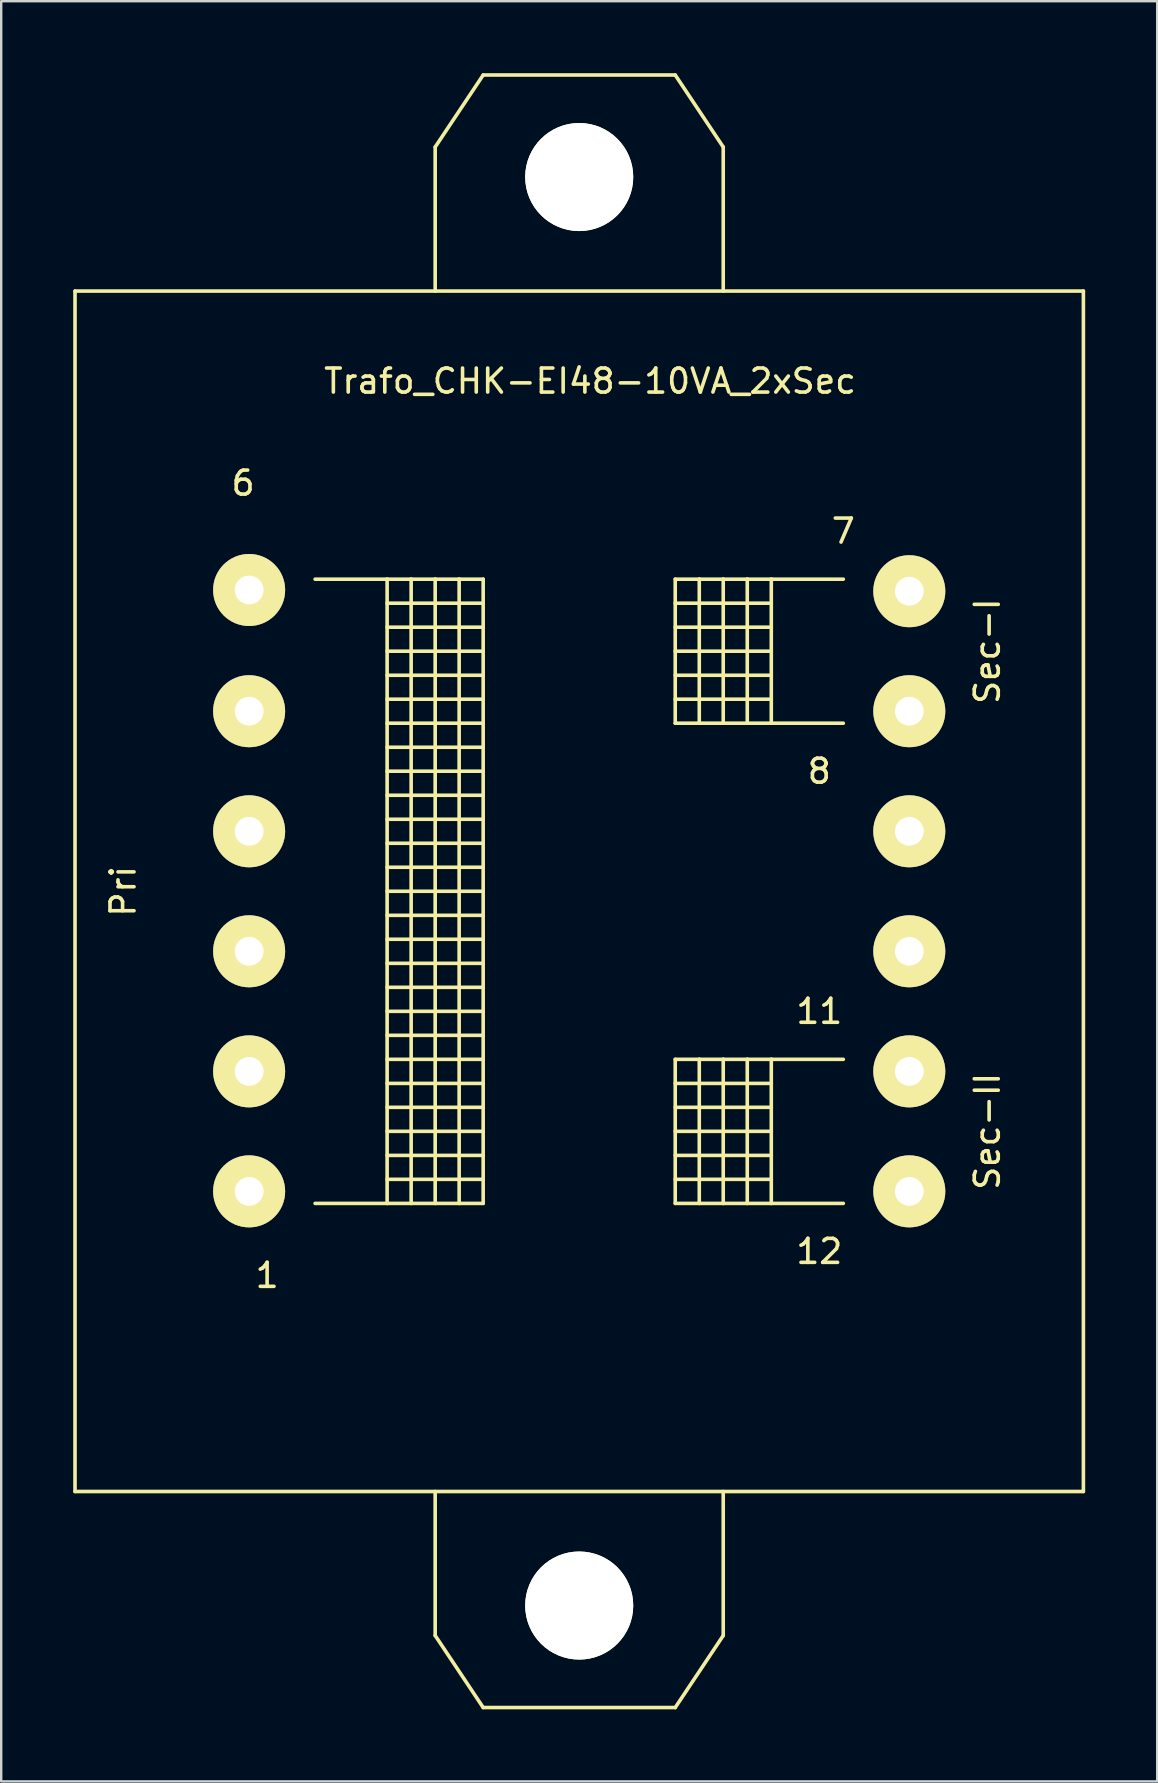
<source format=kicad_pcb>
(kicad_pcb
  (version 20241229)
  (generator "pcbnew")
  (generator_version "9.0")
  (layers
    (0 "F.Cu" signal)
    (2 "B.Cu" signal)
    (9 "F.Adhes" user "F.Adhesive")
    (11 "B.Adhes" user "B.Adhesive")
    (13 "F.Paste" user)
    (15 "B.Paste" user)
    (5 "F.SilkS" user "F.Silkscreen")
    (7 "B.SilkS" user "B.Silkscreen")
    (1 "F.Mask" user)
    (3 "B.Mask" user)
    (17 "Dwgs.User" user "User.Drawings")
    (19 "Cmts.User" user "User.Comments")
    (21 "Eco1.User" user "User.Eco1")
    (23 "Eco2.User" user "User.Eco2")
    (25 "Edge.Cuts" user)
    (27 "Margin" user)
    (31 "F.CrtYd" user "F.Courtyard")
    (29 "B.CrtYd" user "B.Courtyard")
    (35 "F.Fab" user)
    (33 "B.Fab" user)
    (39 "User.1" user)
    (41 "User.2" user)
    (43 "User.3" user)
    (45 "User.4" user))
  (footprint "Trafo_CHK-EI48-10VA_2xSec"
    (layer "F.Cu")
    (at 21.076 34.075)
    (property "Reference" "Trafo_CHK-EI48-10VA_2xSec" (at 0.45 -21.25 0) (layer "F.SilkS") (effects (font (size 1 1) (thickness 0.15))))
    (attr through_hole)
    (fp_line (start -21.001 -25.001) (end -21.001 25.001) (stroke (width 0.15) (type solid)) (layer "F.SilkS"))
    (fp_line (start -21.001 25.001) (end 21.001 25.001) (stroke (width 0.15) (type solid)) (layer "F.SilkS"))
    (fp_line (start -11.001 -13) (end -8.001 -13) (stroke (width 0.15) (type solid)) (layer "F.SilkS"))
    (fp_line (start -8.001 -13) (end -8.001 13) (stroke (width 0.15) (type solid)) (layer "F.SilkS"))
    (fp_line (start -8.001 -13) (end -7 -13) (stroke (width 0.15) (type solid)) (layer "F.SilkS"))
    (fp_line (start -8.001 -11.999) (end -4 -11.999) (stroke (width 0.15) (type solid)) (layer "F.SilkS"))
    (fp_line (start -8.001 -11.001) (end -4 -11.001) (stroke (width 0.15) (type solid)) (layer "F.SilkS"))
    (fp_line (start -8.001 -10) (end -4 -10) (stroke (width 0.15) (type solid)) (layer "F.SilkS"))
    (fp_line (start -8.001 -8.999) (end -4 -8.999) (stroke (width 0.15) (type solid)) (layer "F.SilkS"))
    (fp_line (start -8.001 -8.001) (end -4 -8.001) (stroke (width 0.15) (type solid)) (layer "F.SilkS"))
    (fp_line (start -8.001 -7) (end -4 -7) (stroke (width 0.15) (type solid)) (layer "F.SilkS"))
    (fp_line (start -8.001 -5.999) (end -4 -5.999) (stroke (width 0.15) (type solid)) (layer "F.SilkS"))
    (fp_line (start -8.001 -5.001) (end -4 -5.001) (stroke (width 0.15) (type solid)) (layer "F.SilkS"))
    (fp_line (start -8.001 -4) (end -4 -4) (stroke (width 0.15) (type solid)) (layer "F.SilkS"))
    (fp_line (start -8.001 -3) (end -4 -3) (stroke (width 0.15) (type solid)) (layer "F.SilkS"))
    (fp_line (start -8.001 -1.999) (end -4 -1.999) (stroke (width 0.15) (type solid)) (layer "F.SilkS"))
    (fp_line (start -8.001 -1.001) (end -4 -1.001) (stroke (width 0.15) (type solid)) (layer "F.SilkS"))
    (fp_line (start -8.001 0) (end -4 0) (stroke (width 0.15) (type solid)) (layer "F.SilkS"))
    (fp_line (start -8.001 1.001) (end -4 1.001) (stroke (width 0.15) (type solid)) (layer "F.SilkS"))
    (fp_line (start -8.001 1.999) (end -4 1.999) (stroke (width 0.15) (type solid)) (layer "F.SilkS"))
    (fp_line (start -8.001 3) (end -4 3) (stroke (width 0.15) (type solid)) (layer "F.SilkS"))
    (fp_line (start -8.001 4) (end -4 4) (stroke (width 0.15) (type solid)) (layer "F.SilkS"))
    (fp_line (start -8.001 5.001) (end -4 5.001) (stroke (width 0.15) (type solid)) (layer "F.SilkS"))
    (fp_line (start -8.001 5.999) (end -4 5.999) (stroke (width 0.15) (type solid)) (layer "F.SilkS"))
    (fp_line (start -8.001 7) (end -4 7) (stroke (width 0.15) (type solid)) (layer "F.SilkS"))
    (fp_line (start -8.001 8.001) (end -4 8.001) (stroke (width 0.15) (type solid)) (layer "F.SilkS"))
    (fp_line (start -8.001 8.999) (end -4 8.999) (stroke (width 0.15) (type solid)) (layer "F.SilkS"))
    (fp_line (start -8.001 10) (end -4 10) (stroke (width 0.15) (type solid)) (layer "F.SilkS"))
    (fp_line (start -8.001 11.999) (end -4 11.999) (stroke (width 0.15) (type solid)) (layer "F.SilkS"))
    (fp_line (start -8.001 13) (end -11.001 13) (stroke (width 0.15) (type solid)) (layer "F.SilkS"))
    (fp_line (start -7 -13) (end -7 13) (stroke (width 0.15) (type solid)) (layer "F.SilkS"))
    (fp_line (start -7 -13) (end -5.999 -13) (stroke (width 0.15) (type solid)) (layer "F.SilkS"))
    (fp_line (start -7 11.001) (end -8.001 11.001) (stroke (width 0.15) (type solid)) (layer "F.SilkS"))
    (fp_line (start -7 11.001) (end -4 11.001) (stroke (width 0.15) (type solid)) (layer "F.SilkS"))
    (fp_line (start -7 13) (end -8.001 13) (stroke (width 0.15) (type solid)) (layer "F.SilkS"))
    (fp_line (start -5.999 -31.001) (end -5.999 -25.001) (stroke (width 0.15) (type solid)) (layer "F.SilkS"))
    (fp_line (start -5.999 -13) (end -5.999 13) (stroke (width 0.15) (type solid)) (layer "F.SilkS"))
    (fp_line (start -5.999 -13) (end -5.001 -13) (stroke (width 0.15) (type solid)) (layer "F.SilkS"))
    (fp_line (start -5.999 13) (end -7 13) (stroke (width 0.15) (type solid)) (layer "F.SilkS"))
    (fp_line (start -5.999 31.001) (end -5.999 25.001) (stroke (width 0.15) (type solid)) (layer "F.SilkS"))
    (fp_line (start -5.001 -13) (end -5.001 13) (stroke (width 0.15) (type solid)) (layer "F.SilkS"))
    (fp_line (start -5.001 -13) (end -4 -13) (stroke (width 0.15) (type solid)) (layer "F.SilkS"))
    (fp_line (start -5.001 13) (end -5.999 13) (stroke (width 0.15) (type solid)) (layer "F.SilkS"))
    (fp_line (start -4 -34) (end -5.999 -31.001) (stroke (width 0.15) (type solid)) (layer "F.SilkS"))
    (fp_line (start -4 -13) (end -4 13) (stroke (width 0.15) (type solid)) (layer "F.SilkS"))
    (fp_line (start -4 13) (end -5.001 13) (stroke (width 0.15) (type solid)) (layer "F.SilkS"))
    (fp_line (start -4 34) (end -5.999 31.001) (stroke (width 0.15) (type solid)) (layer "F.SilkS"))
    (fp_line (start 4 -34) (end -4 -34) (stroke (width 0.15) (type solid)) (layer "F.SilkS"))
    (fp_line (start 4 -13) (end 4 -7) (stroke (width 0.15) (type solid)) (layer "F.SilkS"))
    (fp_line (start 4 -11.999) (end 8.001 -11.999) (stroke (width 0.15) (type solid)) (layer "F.SilkS"))
    (fp_line (start 4 -11.001) (end 8.001 -11.001) (stroke (width 0.15) (type solid)) (layer "F.SilkS"))
    (fp_line (start 4 -10) (end 8.001 -10) (stroke (width 0.15) (type solid)) (layer "F.SilkS"))
    (fp_line (start 4 -8.999) (end 8.001 -8.999) (stroke (width 0.15) (type solid)) (layer "F.SilkS"))
    (fp_line (start 4 -8.001) (end 8.001 -8.001) (stroke (width 0.15) (type solid)) (layer "F.SilkS"))
    (fp_line (start 4 -7) (end 5.001 -7) (stroke (width 0.15) (type solid)) (layer "F.SilkS"))
    (fp_line (start 4 7) (end 4 13) (stroke (width 0.15) (type solid)) (layer "F.SilkS"))
    (fp_line (start 4 8.001) (end 8.001 8.001) (stroke (width 0.15) (type solid)) (layer "F.SilkS"))
    (fp_line (start 4 8.999) (end 8.001 8.999) (stroke (width 0.15) (type solid)) (layer "F.SilkS"))
    (fp_line (start 4 10) (end 8.001 10) (stroke (width 0.15) (type solid)) (layer "F.SilkS"))
    (fp_line (start 4 11.001) (end 8.001 11.001) (stroke (width 0.15) (type solid)) (layer "F.SilkS"))
    (fp_line (start 4 11.999) (end 8.001 11.999) (stroke (width 0.15) (type solid)) (layer "F.SilkS"))
    (fp_line (start 4 13) (end 5.001 13) (stroke (width 0.15) (type solid)) (layer "F.SilkS"))
    (fp_line (start 4 34) (end -4 34) (stroke (width 0.15) (type solid)) (layer "F.SilkS"))
    (fp_line (start 5.001 -13) (end 4 -13) (stroke (width 0.15) (type solid)) (layer "F.SilkS"))
    (fp_line (start 5.001 -13) (end 5.001 -7) (stroke (width 0.15) (type solid)) (layer "F.SilkS"))
    (fp_line (start 5.001 -7) (end 5.999 -7) (stroke (width 0.15) (type solid)) (layer "F.SilkS"))
    (fp_line (start 5.001 7) (end 4 7) (stroke (width 0.15) (type solid)) (layer "F.SilkS"))
    (fp_line (start 5.001 7) (end 5.001 13) (stroke (width 0.15) (type solid)) (layer "F.SilkS"))
    (fp_line (start 5.001 13) (end 5.999 13) (stroke (width 0.15) (type solid)) (layer "F.SilkS"))
    (fp_line (start 5.999 -31.001) (end 4 -34) (stroke (width 0.15) (type solid)) (layer "F.SilkS"))
    (fp_line (start 5.999 -25.001) (end 5.999 -31.001) (stroke (width 0.15) (type solid)) (layer "F.SilkS"))
    (fp_line (start 5.999 -13) (end 5.001 -13) (stroke (width 0.15) (type solid)) (layer "F.SilkS"))
    (fp_line (start 5.999 -13) (end 5.999 -7) (stroke (width 0.15) (type solid)) (layer "F.SilkS"))
    (fp_line (start 5.999 -7) (end 7 -7) (stroke (width 0.15) (type solid)) (layer "F.SilkS"))
    (fp_line (start 5.999 7) (end 5.001 7) (stroke (width 0.15) (type solid)) (layer "F.SilkS"))
    (fp_line (start 5.999 7) (end 5.999 13) (stroke (width 0.15) (type solid)) (layer "F.SilkS"))
    (fp_line (start 5.999 13) (end 7 13) (stroke (width 0.15) (type solid)) (layer "F.SilkS"))
    (fp_line (start 5.999 25.001) (end 5.999 31.001) (stroke (width 0.15) (type solid)) (layer "F.SilkS"))
    (fp_line (start 5.999 31.001) (end 4 34) (stroke (width 0.15) (type solid)) (layer "F.SilkS"))
    (fp_line (start 7 -13) (end 5.999 -13) (stroke (width 0.15) (type solid)) (layer "F.SilkS"))
    (fp_line (start 7 -13) (end 7 -7) (stroke (width 0.15) (type solid)) (layer "F.SilkS"))
    (fp_line (start 7 -7) (end 8.001 -7) (stroke (width 0.15) (type solid)) (layer "F.SilkS"))
    (fp_line (start 7 7) (end 5.999 7) (stroke (width 0.15) (type solid)) (layer "F.SilkS"))
    (fp_line (start 7 7) (end 7 13) (stroke (width 0.15) (type solid)) (layer "F.SilkS"))
    (fp_line (start 7 13) (end 8.001 13) (stroke (width 0.15) (type solid)) (layer "F.SilkS"))
    (fp_line (start 8.001 -13) (end 7 -13) (stroke (width 0.15) (type solid)) (layer "F.SilkS"))
    (fp_line (start 8.001 -13) (end 8.001 -7) (stroke (width 0.15) (type solid)) (layer "F.SilkS"))
    (fp_line (start 8.001 -7) (end 11.001 -7) (stroke (width 0.15) (type solid)) (layer "F.SilkS"))
    (fp_line (start 8.001 7) (end 7 7) (stroke (width 0.15) (type solid)) (layer "F.SilkS"))
    (fp_line (start 8.001 7) (end 8.001 13) (stroke (width 0.15) (type solid)) (layer "F.SilkS"))
    (fp_line (start 8.001 13) (end 11.001 13) (stroke (width 0.15) (type solid)) (layer "F.SilkS"))
    (fp_line (start 11.001 -13) (end 8.001 -13) (stroke (width 0.15) (type solid)) (layer "F.SilkS"))
    (fp_line (start 11.001 7) (end 8.001 7) (stroke (width 0.15) (type solid)) (layer "F.SilkS"))
    (fp_line (start 21.001 -25.001) (end -21.001 -25.001) (stroke (width 0.15) (type solid)) (layer "F.SilkS"))
    (fp_line (start 21.001 25.001) (end 21.001 -25.001) (stroke (width 0.15) (type solid)) (layer "F.SilkS"))
    (fp_text user "6" (at -14 -17 0) (layer "F.SilkS") (effects (font (size 1 1) (thickness 0.15))))
    (fp_text user "Pri" (at -18.999 0 90) (layer "F.SilkS") (effects (font (size 1 1) (thickness 0.15))))
    (fp_text user "Sec-I" (at 17 -10 90) (layer "F.SilkS") (effects (font (size 1 1) (thickness 0.15))))
    (fp_text user "8" (at 10 -5.001 0) (layer "F.SilkS") (effects (font (size 1 1) (thickness 0.15))))
    (fp_text user "12" (at 10 15.001 0) (layer "F.SilkS") (effects (font (size 1 1) (thickness 0.15))))
    (fp_text user "11" (at 10 5.001 0) (layer "F.SilkS") (effects (font (size 1 1) (thickness 0.15))))
    (fp_text user "7" (at 11.001 -15.001 0) (layer "F.SilkS") (effects (font (size 1 1) (thickness 0.15))))
    (fp_text user "1" (at -13 15.999 0) (layer "F.SilkS") (effects (font (size 1 1) (thickness 0.15))))
    (fp_text user "Sec-II" (at 17 10 90) (layer "F.SilkS") (effects (font (size 1 1) (thickness 0.15))))
    (pad "" np_thru_hole circle (at 0 -29.751) (size 4.501 4.501) (drill 4.501) (layers "*.Cu" "*.Mask" "F.SilkS"))
    (pad "" np_thru_hole circle (at 0 29.751) (size 4.501 4.501) (drill 4.501) (layers "*.Cu" "*.Mask" "F.SilkS"))
    (pad "1" thru_hole circle (at -13.749 12.499) (size 3 3) (drill 1.199) (layers "*.Cu" "*.Mask" "F.SilkS"))
    (pad "2" thru_hole circle (at -13.749 7.501) (size 3 3) (drill 1.199) (layers "*.Cu" "*.Mask" "F.SilkS"))
    (pad "3" thru_hole circle (at -13.749 2.499) (size 3 3) (drill 1.199) (layers "*.Cu" "*.Mask" "F.SilkS"))
    (pad "4" thru_hole circle (at -13.749 -2.499) (size 3 3) (drill 1.199) (layers "*.Cu" "*.Mask" "F.SilkS"))
    (pad "5" thru_hole circle (at -13.749 -7.501) (size 3 3) (drill 1.199) (layers "*.Cu" "*.Mask" "F.SilkS"))
    (pad "6" thru_hole circle (at -13.749 -12.55) (size 3 3) (drill 1.199) (layers "*.Cu" "*.Mask" "F.SilkS"))
    (pad "7" thru_hole circle (at 13.749 -12.499) (size 3 3) (drill 1.199) (layers "*.Cu" "*.Mask" "F.SilkS"))
    (pad "8" thru_hole circle (at 13.749 -7.501) (size 3 3) (drill 1.199) (layers "*.Cu" "*.Mask" "F.SilkS"))
    (pad "9" thru_hole circle (at 13.749 -2.499) (size 3 3) (drill 1.199) (layers "*.Cu" "*.Mask" "F.SilkS"))
    (pad "10" thru_hole circle (at 13.749 2.499) (size 3 3) (drill 1.199) (layers "*.Cu" "*.Mask" "F.SilkS"))
    (pad "11" thru_hole circle (at 13.749 7.501) (size 3 3) (drill 1.199) (layers "*.Cu" "*.Mask" "F.SilkS"))
    (pad "12" thru_hole circle (at 13.749 12.499) (size 3 3) (drill 1.199) (layers "*.Cu" "*.Mask" "F.SilkS")))
  (gr_rect
    (start -3 -3)
    (end 45.151 71.151)
    (stroke (width 0.1) (type default))
    (fill no)
    (layer "Edge.Cuts")))
</source>
